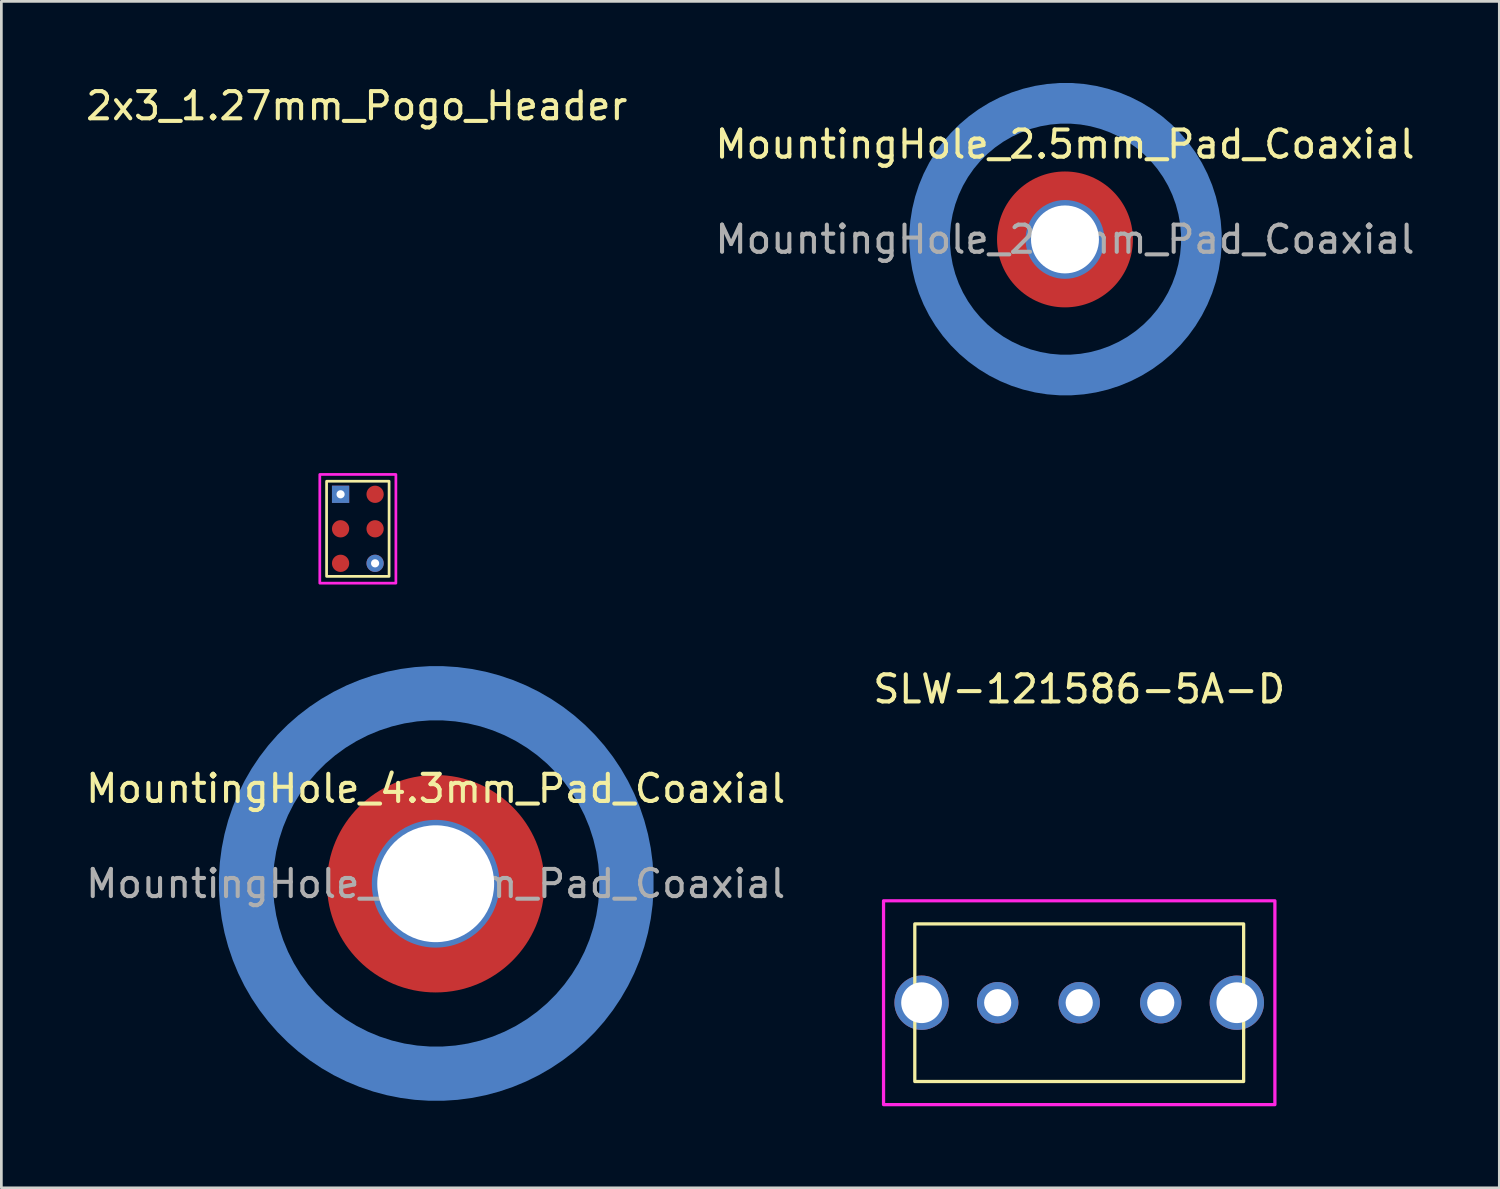
<source format=kicad_pcb>
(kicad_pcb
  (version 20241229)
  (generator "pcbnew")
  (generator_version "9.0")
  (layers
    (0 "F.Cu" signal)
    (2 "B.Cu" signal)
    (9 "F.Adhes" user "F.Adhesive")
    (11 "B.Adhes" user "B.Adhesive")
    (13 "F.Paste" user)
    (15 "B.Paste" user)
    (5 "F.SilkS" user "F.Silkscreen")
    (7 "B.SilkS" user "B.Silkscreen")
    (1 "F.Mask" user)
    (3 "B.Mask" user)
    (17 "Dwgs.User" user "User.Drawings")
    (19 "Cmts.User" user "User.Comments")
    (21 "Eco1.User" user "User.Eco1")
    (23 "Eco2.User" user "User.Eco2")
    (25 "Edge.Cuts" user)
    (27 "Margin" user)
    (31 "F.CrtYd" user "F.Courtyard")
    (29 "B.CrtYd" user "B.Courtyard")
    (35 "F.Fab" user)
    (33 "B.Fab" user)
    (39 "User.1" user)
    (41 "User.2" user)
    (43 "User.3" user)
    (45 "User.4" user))
  (footprint "MountingHole_2.5mm_Pad_Coaxial"
    (layer "F.Cu")
    (at 36.137 5.76)
    (property "Reference" "MountingHole_2.5mm_Pad_Coaxial" (at 0 -3.5 0) (layer "F.SilkS") (effects (font (size 1 1) (thickness 0.15))))
    (attr exclude_from_pos_files exclude_from_bom)
    (fp_text user "${REFERENCE}" (at 0 0 0) (layer "F.Fab") (effects (font (size 1 1) (thickness 0.15))))
    (pad "1" thru_hole circle (at 0 0) (size 2.9 2.9) (drill 2.5) (layers "*.Cu" "F.Mask"))
    (pad "1" connect circle (at 0 0) (size 5 5) (layers "F.Cu" "F.Mask"))
    (pad "2" smd custom (at -4.98 -0.02) (size 0.1 0.1) (layers "B.Cu" "B.Mask") (options (anchor circle)) (primitives (gr_circle (center 5 0.01) (end 10 0.01) (width 1.5) (fill no)))))
  (footprint "SLW-121586-5A-D"
    (layer "F.Cu")
    (at 36.661 33.846)
    (property "Reference" "SLW-121586-5A-D" (at 0 -11.54 0) (unlocked yes) (layer "F.SilkS") (effects (font (size 1 1) (thickness 0.15))))
    (attr through_hole)
    (fp_rect (start -6.05 -2.9) (end 6.05 2.9) (stroke (width 0.12) (type default)) (fill no) (layer "F.SilkS"))
    (fp_rect (start -7.2 -3.75) (end 7.2 3.75) (stroke (width 0.12) (type default)) (fill no) (layer "F.CrtYd"))
    (pad "1" thru_hole circle (at -3 0) (size 1.524 1.524) (drill 1) (layers "*.Cu" "*.Mask"))
    (pad "2" thru_hole circle (at 0 0) (size 1.524 1.524) (drill 1) (layers "*.Cu" "*.Mask"))
    (pad "3" thru_hole circle (at 3 0) (size 1.524 1.524) (drill 1) (layers "*.Cu" "*.Mask"))
    (pad "G" thru_hole circle (at -5.8 0) (size 2 2) (drill 1.5) (layers "*.Cu" "*.Mask"))
    (pad "G" thru_hole circle (at 5.8 0) (size 2 2) (drill 1.5) (layers "*.Cu" "*.Mask")))
  (footprint "2x3_1.27mm_Pogo_Header"
    (layer "F.Cu")
    (at 10.117 16.408)
    (property "Reference" "2x3_1.27mm_Pogo_Header" (at -0.04 -15.56 0) (unlocked yes) (layer "F.SilkS") (effects (font (size 1 1) (thickness 0.15))))
    (attr smd)
    (fp_rect (start -1.15 -1.75) (end 1.15 1.75) (stroke (width 0.1) (type default)) (fill no) (layer "F.SilkS"))
    (fp_rect (start -1.4 -2) (end 1.4 2) (stroke (width 0.1) (type default)) (fill no) (layer "F.CrtYd"))
    (pad "1" thru_hole rect (at -0.635 -1.27 270) (size 0.635 0.635) (drill 0.3) (layers "*.Cu" "*.Mask"))
    (pad "2" smd circle (at 0.635 -1.27 270) (size 0.635 0.635) (layers "F.Cu" "F.Mask" "F.Paste"))
    (pad "3" smd circle (at -0.635 0.000001 270) (size 0.635 0.635) (layers "F.Cu" "F.Mask" "F.Paste"))
    (pad "4" smd circle (at 0.635 -0.000002 270) (size 0.635 0.635) (layers "F.Cu" "F.Mask" "F.Paste"))
    (pad "5" smd circle (at -0.635 1.27 270) (size 0.635 0.635) (layers "F.Cu" "F.Mask" "F.Paste"))
    (pad "6" thru_hole circle (at 0.635 1.27 270) (size 0.635 0.635) (drill 0.3) (layers "*.Cu" "*.Mask")))
  (footprint "MountingHole_4.3mm_Pad_Coaxial"
    (layer "F.Cu")
    (at 12.982 29.468)
    (property "Reference" "MountingHole_4.3mm_Pad_Coaxial" (at 0 -3.5 0) (layer "F.SilkS") (effects (font (size 1 1) (thickness 0.15))))
    (attr exclude_from_pos_files exclude_from_bom)
    (fp_text user "${REFERENCE}" (at 0 0 0) (layer "F.Fab") (effects (font (size 1 1) (thickness 0.15))))
    (pad "1" thru_hole circle (at 0 0) (size 4.7 4.7) (drill 4.3) (layers "*.Cu" "F.Mask"))
    (pad "1" connect circle (at 0 0) (size 8 8) (layers "F.Cu" "F.Mask"))
    (pad "2" smd custom (at -6.98 -0.02) (size 0.1 0.1) (layers "B.Cu" "B.Mask") (options (anchor circle)) (primitives (gr_circle (center 7 0.01) (end 14 0.01) (width 2) (fill no)))))
  (gr_rect
    (start -3 -3)
    (end 52.119 40.657)
    (stroke (width 0.1) (type default))
    (fill no)
    (layer "Edge.Cuts")))
</source>
